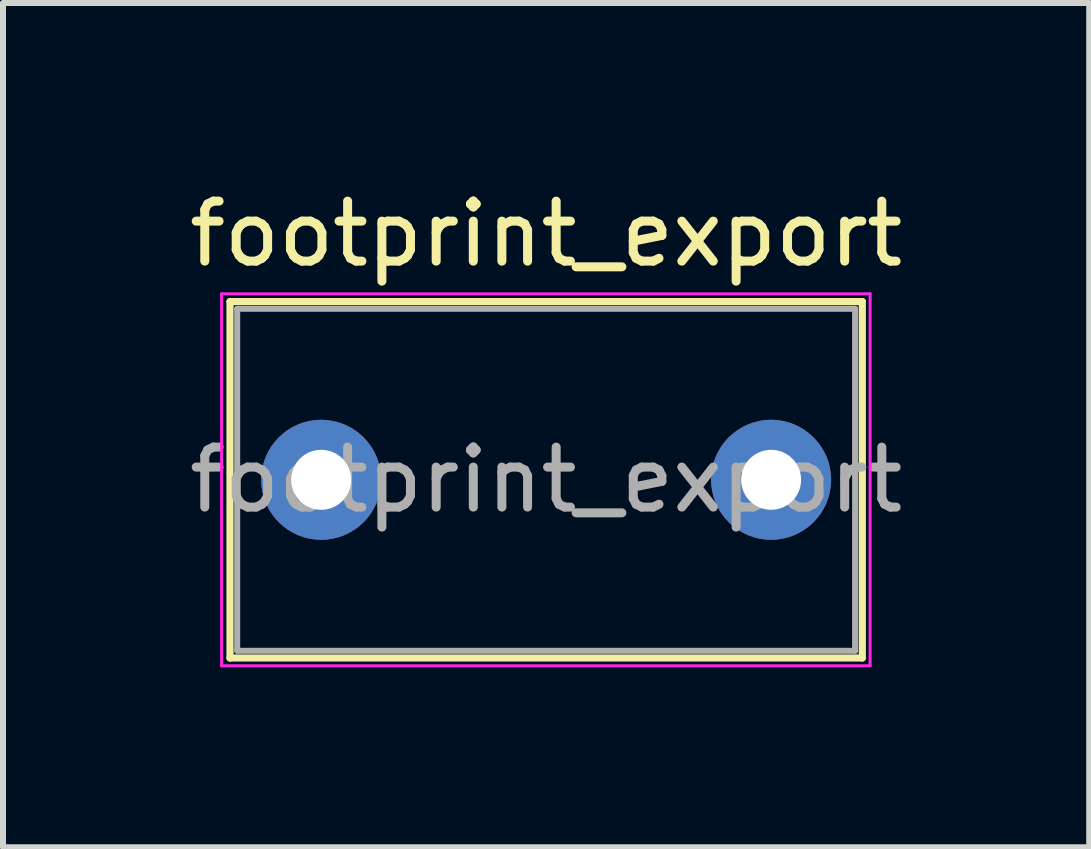
<source format=kicad_pcb>
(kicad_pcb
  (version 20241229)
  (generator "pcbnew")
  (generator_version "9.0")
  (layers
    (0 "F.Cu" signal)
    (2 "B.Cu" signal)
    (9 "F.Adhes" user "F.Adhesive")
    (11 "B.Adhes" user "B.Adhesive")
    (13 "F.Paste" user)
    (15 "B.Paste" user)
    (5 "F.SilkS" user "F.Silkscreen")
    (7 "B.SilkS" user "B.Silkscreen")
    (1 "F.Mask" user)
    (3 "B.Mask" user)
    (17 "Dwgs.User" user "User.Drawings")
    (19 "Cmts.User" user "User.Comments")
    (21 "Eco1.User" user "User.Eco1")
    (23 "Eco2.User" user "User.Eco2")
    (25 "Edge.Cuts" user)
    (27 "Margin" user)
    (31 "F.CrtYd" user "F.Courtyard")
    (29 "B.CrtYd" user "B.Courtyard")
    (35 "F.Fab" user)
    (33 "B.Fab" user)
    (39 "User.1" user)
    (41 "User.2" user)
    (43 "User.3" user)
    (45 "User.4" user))
  (footprint "footprint_export"
    (layer "F.Cu")
    (at 2.304 4.948)
    (property "Reference" "footprint_export" (at 3.75 -4.1 0) (layer "F.SilkS") (effects (font (size 1 1) (thickness 0.15))))
    (attr through_hole)
    (fp_line (start -1.52 -2.97) (end -1.52 2.97) (stroke (width 0.12) (type solid)) (layer "F.SilkS"))
    (fp_line (start -1.52 -2.97) (end 9.02 -2.97) (stroke (width 0.12) (type solid)) (layer "F.SilkS"))
    (fp_line (start -1.52 2.97) (end 9.02 2.97) (stroke (width 0.12) (type solid)) (layer "F.SilkS"))
    (fp_line (start 9.02 -2.97) (end 9.02 2.97) (stroke (width 0.12) (type solid)) (layer "F.SilkS"))
    (fp_line (start -1.66 -3.1) (end -1.66 3.1) (stroke (width 0.05) (type solid)) (layer "F.CrtYd"))
    (fp_line (start -1.66 3.1) (end 9.15 3.1) (stroke (width 0.05) (type solid)) (layer "F.CrtYd"))
    (fp_line (start 9.15 -3.1) (end -1.66 -3.1) (stroke (width 0.05) (type solid)) (layer "F.CrtYd"))
    (fp_line (start 9.15 3.1) (end 9.15 -3.1) (stroke (width 0.05) (type solid)) (layer "F.CrtYd"))
    (fp_line (start -1.4 -2.85) (end -1.4 2.85) (stroke (width 0.1) (type solid)) (layer "F.Fab"))
    (fp_line (start -1.4 2.85) (end 8.9 2.85) (stroke (width 0.1) (type solid)) (layer "F.Fab"))
    (fp_line (start 8.9 -2.85) (end -1.4 -2.85) (stroke (width 0.1) (type solid)) (layer "F.Fab"))
    (fp_line (start 8.9 2.85) (end 8.9 -2.85) (stroke (width 0.1) (type solid)) (layer "F.Fab"))
    (fp_text user "${REFERENCE}" (at 3.75 0 0) (layer "F.Fab") (effects (font (size 1 1) (thickness 0.15))))
    (pad "1" thru_hole circle (at 0 0) (size 2 2) (drill 1) (layers "*.Cu" "*.Mask"))
    (pad "2" thru_hole circle (at 7.5 0) (size 2 2) (drill 1) (layers "*.Cu" "*.Mask")))
  (gr_rect
    (start -3 -3)
    (end 15.107 11.073)
    (stroke (width 0.1) (type default))
    (fill no)
    (layer "Edge.Cuts")))
</source>
